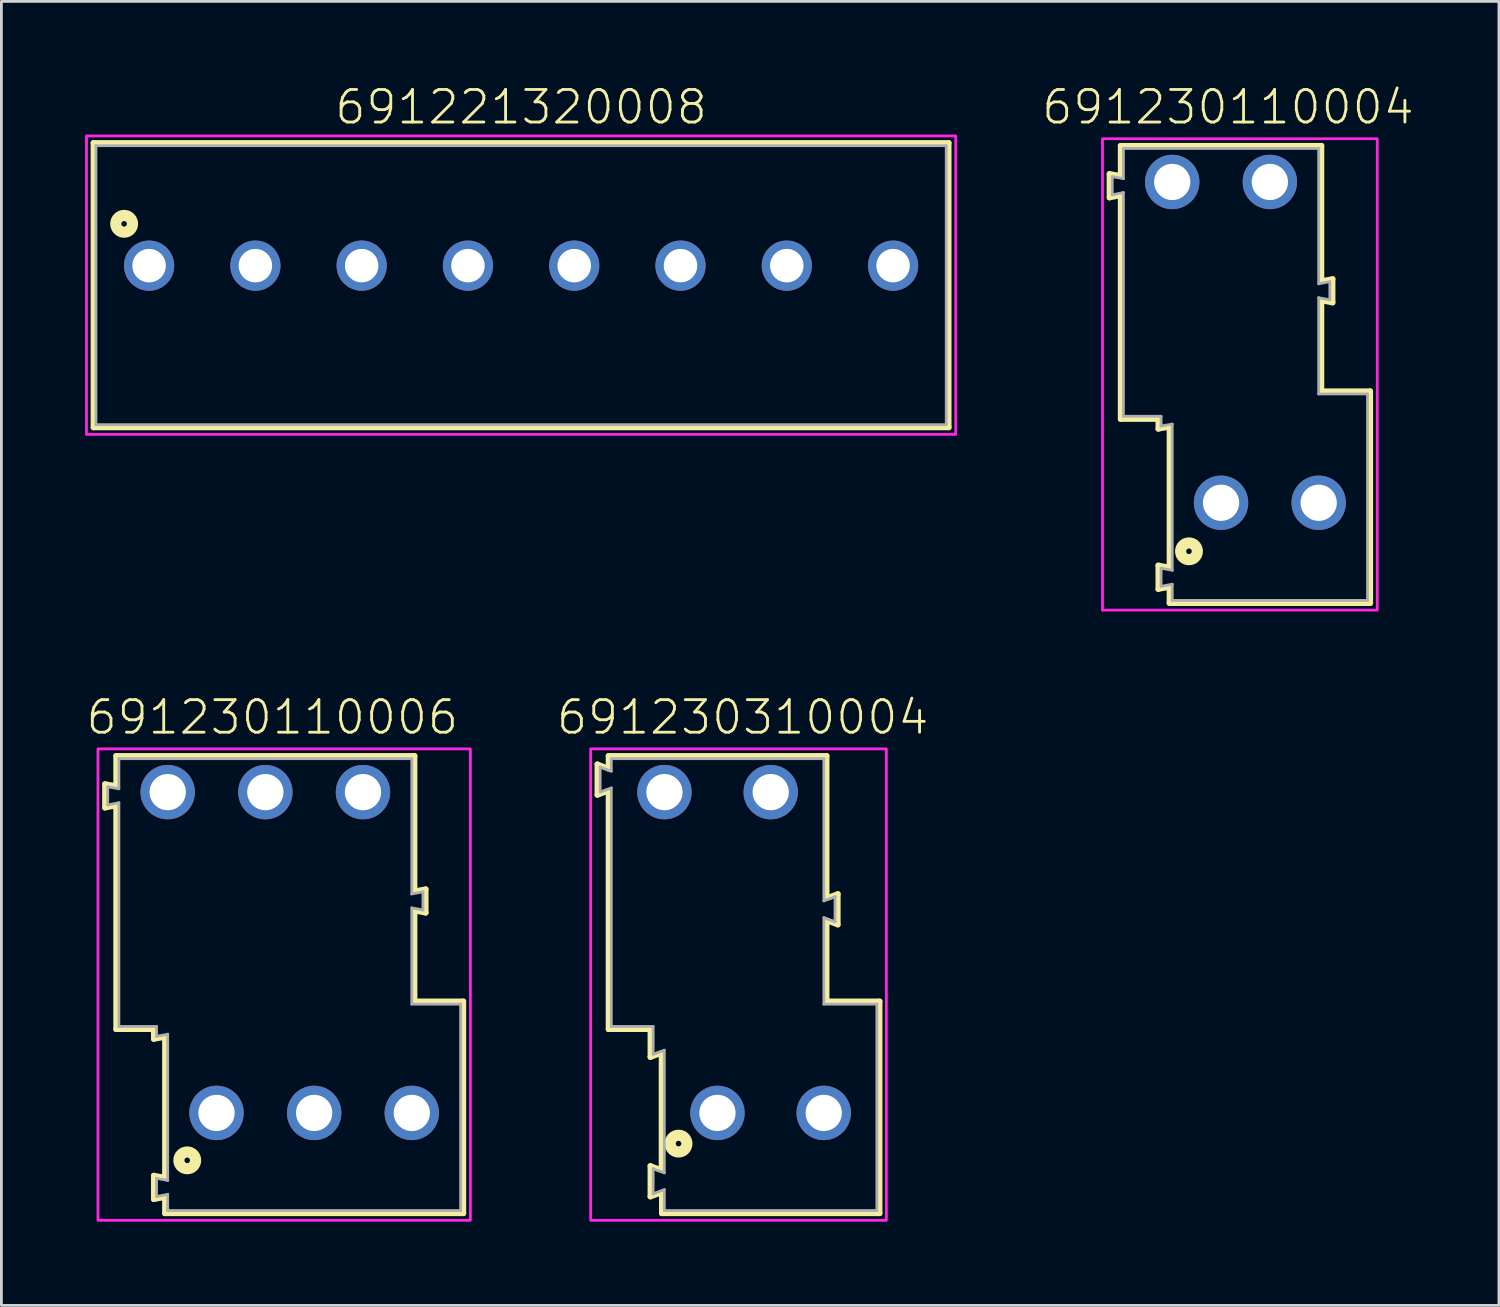
<source format=kicad_pcb>
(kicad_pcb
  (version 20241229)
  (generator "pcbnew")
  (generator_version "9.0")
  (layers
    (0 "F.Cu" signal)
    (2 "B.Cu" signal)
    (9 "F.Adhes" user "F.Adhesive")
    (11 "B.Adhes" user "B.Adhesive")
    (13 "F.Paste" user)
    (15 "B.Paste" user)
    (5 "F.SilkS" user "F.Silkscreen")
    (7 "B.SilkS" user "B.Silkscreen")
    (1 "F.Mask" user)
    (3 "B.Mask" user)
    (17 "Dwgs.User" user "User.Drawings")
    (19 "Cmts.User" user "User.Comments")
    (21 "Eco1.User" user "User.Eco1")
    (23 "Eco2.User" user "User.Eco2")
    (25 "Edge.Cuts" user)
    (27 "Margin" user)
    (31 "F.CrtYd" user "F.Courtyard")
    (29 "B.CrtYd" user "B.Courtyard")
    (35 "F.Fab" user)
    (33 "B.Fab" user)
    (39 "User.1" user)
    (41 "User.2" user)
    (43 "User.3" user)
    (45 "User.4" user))
  (footprint "691221320008"
    (layer "F.Cu")
    (at 15.63 6.473)
    (property "Reference" "691221320008" (at 0 -5 0) (unlocked yes) (layer "F.SilkS") (effects (font (size 1.168 1.168) (thickness 0.102)) (justify bottom)))
    (fp_line (start -15.33 -4.4) (end 15.33 -4.4) (stroke (width 0.2) (type solid)) (layer "F.SilkS"))
    (fp_line (start -15.33 5.8) (end -15.33 -4.4) (stroke (width 0.2) (type solid)) (layer "F.SilkS"))
    (fp_line (start 15.33 -4.4) (end 15.33 5.8) (stroke (width 0.2) (type solid)) (layer "F.SilkS"))
    (fp_line (start 15.33 5.8) (end -15.33 5.8) (stroke (width 0.2) (type solid)) (layer "F.SilkS"))
    (fp_circle (center -14.23 -1.5) (end -14.13 -1.5) (stroke (width 0.4) (type solid)) (fill no) (layer "F.SilkS"))
    (fp_poly (pts (xy 15.58 6.05) (xy -15.58 6.05) (xy -15.58 -4.65) (xy 15.58 -4.65)) (stroke (width 0.1) (type default)) (fill no) (layer "F.CrtYd"))
    (fp_line (start -15.24 -4.3) (end -15.24 5.7) (stroke (width 0.1) (type solid)) (layer "F.Fab"))
    (fp_line (start -15.24 5.7) (end 15.24 5.7) (stroke (width 0.1) (type solid)) (layer "F.Fab"))
    (fp_line (start 15.24 -4.3) (end -15.24 -4.3) (stroke (width 0.1) (type solid)) (layer "F.Fab"))
    (fp_line (start 15.24 5.7) (end 15.24 -4.3) (stroke (width 0.1) (type solid)) (layer "F.Fab"))
    (pad "1" thru_hole circle (at -13.335 0) (size 1.8 1.8) (drill 1.2) (layers "*.Cu" "*.Mask"))
    (pad "2" thru_hole circle (at -9.525 0) (size 1.8 1.8) (drill 1.2) (layers "*.Cu" "*.Mask"))
    (pad "3" thru_hole circle (at -5.715 0) (size 1.8 1.8) (drill 1.2) (layers "*.Cu" "*.Mask"))
    (pad "4" thru_hole circle (at -1.905 0) (size 1.8 1.8) (drill 1.2) (layers "*.Cu" "*.Mask"))
    (pad "5" thru_hole circle (at 1.905 0) (size 1.8 1.8) (drill 1.2) (layers "*.Cu" "*.Mask"))
    (pad "6" thru_hole circle (at 5.715 0) (size 1.8 1.8) (drill 1.2) (layers "*.Cu" "*.Mask"))
    (pad "7" thru_hole circle (at 9.525 0) (size 1.8 1.8) (drill 1.2) (layers "*.Cu" "*.Mask"))
    (pad "8" thru_hole circle (at 13.335 0) (size 1.8 1.8) (drill 1.2) (layers "*.Cu" "*.Mask")))
  (footprint "691230310004"
    (layer "F.Cu")
    (at 24.574 36.846)
    (property "Reference" "691230310004" (at -1 -13.5 0) (unlocked yes) (layer "F.SilkS") (effects (font (size 1.168 1.168) (thickness 0.102)) (justify bottom)))
    (fp_line (start -6.21 -12.5) (end -5.81 -12.34) (stroke (width 0.2) (type solid)) (layer "F.SilkS"))
    (fp_line (start -6.21 -11.4) (end -6.21 -12.5) (stroke (width 0.2) (type solid)) (layer "F.SilkS"))
    (fp_line (start -5.81 -12.8) (end 2.01 -12.8) (stroke (width 0.2) (type solid)) (layer "F.SilkS"))
    (fp_line (start -5.81 -12.34) (end -5.81 -12.8) (stroke (width 0.2) (type solid)) (layer "F.SilkS"))
    (fp_line (start -5.81 -11.55) (end -6.21 -11.4) (stroke (width 0.2) (type solid)) (layer "F.SilkS"))
    (fp_line (start -5.81 -3) (end -5.81 -11.55) (stroke (width 0.2) (type solid)) (layer "F.SilkS"))
    (fp_line (start -4.31 -3) (end -5.81 -3) (stroke (width 0.2) (type solid)) (layer "F.SilkS"))
    (fp_line (start -4.31 -2) (end -4.31 -3) (stroke (width 0.2) (type solid)) (layer "F.SilkS"))
    (fp_line (start -4.31 1.9) (end -3.91 2.05) (stroke (width 0.2) (type solid)) (layer "F.SilkS"))
    (fp_line (start -4.31 3) (end -4.31 1.9) (stroke (width 0.2) (type solid)) (layer "F.SilkS"))
    (fp_line (start -3.91 -2.15) (end -4.31 -2) (stroke (width 0.2) (type solid)) (layer "F.SilkS"))
    (fp_line (start -3.91 2.05) (end -3.91 -2.15) (stroke (width 0.2) (type solid)) (layer "F.SilkS"))
    (fp_line (start -3.9 2.85) (end -4.31 3) (stroke (width 0.2) (type solid)) (layer "F.SilkS"))
    (fp_line (start -3.9 3.6) (end -3.9 2.85) (stroke (width 0.2) (type solid)) (layer "F.SilkS"))
    (fp_line (start 2.01 -12.8) (end 2.01 -7.7) (stroke (width 0.2) (type solid)) (layer "F.SilkS"))
    (fp_line (start 2.01 -7.7) (end 2.41 -7.85) (stroke (width 0.2) (type solid)) (layer "F.SilkS"))
    (fp_line (start 2.01 -6.9) (end 2.01 -4) (stroke (width 0.2) (type solid)) (layer "F.SilkS"))
    (fp_line (start 2.01 -4) (end 3.91 -4) (stroke (width 0.2) (type solid)) (layer "F.SilkS"))
    (fp_line (start 2.41 -7.85) (end 2.41 -6.75) (stroke (width 0.2) (type solid)) (layer "F.SilkS"))
    (fp_line (start 2.41 -6.75) (end 2.01 -6.9) (stroke (width 0.2) (type solid)) (layer "F.SilkS"))
    (fp_line (start 3.91 -4) (end 3.91 3.6) (stroke (width 0.2) (type solid)) (layer "F.SilkS"))
    (fp_line (start 3.91 3.6) (end -3.9 3.6) (stroke (width 0.2) (type solid)) (layer "F.SilkS"))
    (fp_circle (center -3.3 1.1) (end -3.2 1.1) (stroke (width 0.4) (type solid)) (fill no) (layer "F.SilkS"))
    (fp_poly (pts (xy 4.15 3.85) (xy -6.45 3.85) (xy -6.45 -13.05) (xy 4.15 -13.05)) (stroke (width 0.1) (type default)) (fill no) (layer "F.CrtYd"))
    (fp_line (start -6.11 -12.4) (end -6.11 -11.5) (stroke (width 0.1) (type solid)) (layer "F.Fab"))
    (fp_line (start -6.11 -12.4) (end -5.71 -12.25) (stroke (width 0.1) (type solid)) (layer "F.Fab"))
    (fp_line (start -6.11 -11.5) (end -5.71 -11.65) (stroke (width 0.1) (type solid)) (layer "F.Fab"))
    (fp_line (start -5.71 -12.7) (end -5.71 -12.25) (stroke (width 0.1) (type solid)) (layer "F.Fab"))
    (fp_line (start -5.71 -11.65) (end -5.71 -3.1) (stroke (width 0.1) (type solid)) (layer "F.Fab"))
    (fp_line (start -5.71 -3.1) (end -4.21 -3.1) (stroke (width 0.1) (type solid)) (layer "F.Fab"))
    (fp_line (start -4.21 -2.1) (end -4.21 -3.1) (stroke (width 0.1) (type solid)) (layer "F.Fab"))
    (fp_line (start -4.21 -2.1) (end -3.81 -2.25) (stroke (width 0.1) (type solid)) (layer "F.Fab"))
    (fp_line (start -4.21 2.9) (end -4.21 2) (stroke (width 0.1) (type solid)) (layer "F.Fab"))
    (fp_line (start -4.21 2.9) (end -3.81 2.75) (stroke (width 0.1) (type solid)) (layer "F.Fab"))
    (fp_line (start -3.81 -2.25) (end -3.81 2.15) (stroke (width 0.1) (type solid)) (layer "F.Fab"))
    (fp_line (start -3.81 2.15) (end -4.21 2) (stroke (width 0.1) (type solid)) (layer "F.Fab"))
    (fp_line (start -3.81 2.75) (end -3.81 3.5) (stroke (width 0.1) (type solid)) (layer "F.Fab"))
    (fp_line (start -3.81 3.5) (end 3.81 3.5) (stroke (width 0.1) (type solid)) (layer "F.Fab"))
    (fp_line (start 1.91 -12.7) (end -5.71 -12.7) (stroke (width 0.1) (type solid)) (layer "F.Fab"))
    (fp_line (start 1.91 -12.7) (end 1.91 -7.6) (stroke (width 0.1) (type solid)) (layer "F.Fab"))
    (fp_line (start 1.91 -7.6) (end 2.31 -7.75) (stroke (width 0.1) (type solid)) (layer "F.Fab"))
    (fp_line (start 1.91 -7) (end 1.91 -3.9) (stroke (width 0.1) (type solid)) (layer "F.Fab"))
    (fp_line (start 1.91 -7) (end 2.31 -6.85) (stroke (width 0.1) (type solid)) (layer "F.Fab"))
    (fp_line (start 1.91 -3.9) (end 3.81 -3.9) (stroke (width 0.1) (type solid)) (layer "F.Fab"))
    (fp_line (start 2.31 -6.85) (end 2.31 -7.75) (stroke (width 0.1) (type solid)) (layer "F.Fab"))
    (fp_line (start 3.81 3.5) (end 3.81 -3.9) (stroke (width 0.1) (type solid)) (layer "F.Fab"))
    (pad "1" thru_hole circle (at -1.905 0) (size 1.95 1.95) (drill 1.3) (layers "*.Cu" "*.Mask"))
    (pad "2" thru_hole circle (at 1.905 0) (size 1.95 1.95) (drill 1.3) (layers "*.Cu" "*.Mask"))
    (pad "3" thru_hole circle (at -3.805 -11.5) (size 1.95 1.95) (drill 1.3) (layers "*.Cu" "*.Mask"))
    (pad "4" thru_hole circle (at 0.005 -11.5) (size 1.95 1.95) (drill 1.3) (layers "*.Cu" "*.Mask")))
  (footprint "691230110004"
    (layer "F.Cu")
    (at 42.472 14.973)
    (property "Reference" "691230110004" (at -1.5 -13.5 0) (unlocked yes) (layer "F.SilkS") (effects (font (size 1.168 1.168) (thickness 0.102)) (justify bottom)))
    (fp_line (start -5.75 -11.79) (end -5.35 -11.72) (stroke (width 0.2) (type solid)) (layer "F.SilkS"))
    (fp_line (start -5.75 -10.94) (end -5.75 -11.79) (stroke (width 0.2) (type solid)) (layer "F.SilkS"))
    (fp_line (start -5.35 -12.8) (end 1.85 -12.8) (stroke (width 0.2) (type solid)) (layer "F.SilkS"))
    (fp_line (start -5.35 -11.72) (end -5.35 -12.8) (stroke (width 0.2) (type solid)) (layer "F.SilkS"))
    (fp_line (start -5.35 -11.02) (end -5.75 -10.94) (stroke (width 0.2) (type solid)) (layer "F.SilkS"))
    (fp_line (start -5.35 -3) (end -5.35 -11.02) (stroke (width 0.2) (type solid)) (layer "F.SilkS"))
    (fp_line (start -4 -3) (end -5.35 -3) (stroke (width 0.2) (type solid)) (layer "F.SilkS"))
    (fp_line (start -4 -2.65) (end -4 -3) (stroke (width 0.2) (type solid)) (layer "F.SilkS"))
    (fp_line (start -4 2.245) (end -3.6 2.32) (stroke (width 0.2) (type solid)) (layer "F.SilkS"))
    (fp_line (start -4 3.095) (end -4 2.245) (stroke (width 0.2) (type solid)) (layer "F.SilkS"))
    (fp_line (start -3.6 -2.72) (end -4 -2.65) (stroke (width 0.2) (type solid)) (layer "F.SilkS"))
    (fp_line (start -3.6 2.32) (end -3.6 -2.72) (stroke (width 0.2) (type solid)) (layer "F.SilkS"))
    (fp_line (start -3.6 3.02) (end -4 3.095) (stroke (width 0.2) (type solid)) (layer "F.SilkS"))
    (fp_line (start -3.6 3.6) (end -3.6 3.02) (stroke (width 0.2) (type solid)) (layer "F.SilkS"))
    (fp_line (start 1.85 -12.8) (end 1.85 -7.95) (stroke (width 0.2) (type solid)) (layer "F.SilkS"))
    (fp_line (start 1.85 -7.95) (end 2.25 -8.02) (stroke (width 0.2) (type solid)) (layer "F.SilkS"))
    (fp_line (start 1.85 -7.25) (end 1.85 -4) (stroke (width 0.2) (type solid)) (layer "F.SilkS"))
    (fp_line (start 1.85 -4) (end 3.6 -4) (stroke (width 0.2) (type solid)) (layer "F.SilkS"))
    (fp_line (start 2.25 -8.02) (end 2.25 -7.175) (stroke (width 0.2) (type solid)) (layer "F.SilkS"))
    (fp_line (start 2.25 -7.175) (end 1.85 -7.25) (stroke (width 0.2) (type solid)) (layer "F.SilkS"))
    (fp_line (start 3.6 -4) (end 3.6 3.6) (stroke (width 0.2) (type solid)) (layer "F.SilkS"))
    (fp_line (start 3.6 3.6) (end -3.6 3.6) (stroke (width 0.2) (type solid)) (layer "F.SilkS"))
    (fp_circle (center -2.9 1.74) (end -2.8 1.74) (stroke (width 0.4) (type solid)) (fill no) (layer "F.SilkS"))
    (fp_poly (pts (xy 3.85 3.85) (xy -6 3.85) (xy -6 -13.05) (xy 3.85 -13.05)) (stroke (width 0.1) (type default)) (fill no) (layer "F.CrtYd"))
    (fp_line (start -5.65 -11.69) (end -5.65 -11.04) (stroke (width 0.1) (type solid)) (layer "F.Fab"))
    (fp_line (start -5.65 -11.69) (end -5.25 -11.62) (stroke (width 0.1) (type solid)) (layer "F.Fab"))
    (fp_line (start -5.65 -11.04) (end -5.25 -11.12) (stroke (width 0.1) (type solid)) (layer "F.Fab"))
    (fp_line (start -5.25 -12.7) (end -5.25 -11.62) (stroke (width 0.1) (type solid)) (layer "F.Fab"))
    (fp_line (start -5.25 -11.12) (end -5.25 -3.1) (stroke (width 0.1) (type solid)) (layer "F.Fab"))
    (fp_line (start -5.25 -3.1) (end -3.9 -3.1) (stroke (width 0.1) (type solid)) (layer "F.Fab"))
    (fp_line (start -3.9 -3.1) (end -3.9 -2.75) (stroke (width 0.1) (type solid)) (layer "F.Fab"))
    (fp_line (start -3.9 -2.75) (end -3.5 -2.82) (stroke (width 0.1) (type solid)) (layer "F.Fab"))
    (fp_line (start -3.9 2.345) (end -3.9 2.995) (stroke (width 0.1) (type solid)) (layer "F.Fab"))
    (fp_line (start -3.9 2.345) (end -3.5 2.42) (stroke (width 0.1) (type solid)) (layer "F.Fab"))
    (fp_line (start -3.9 2.995) (end -3.5 2.92) (stroke (width 0.1) (type solid)) (layer "F.Fab"))
    (fp_line (start -3.5 -2.82) (end -3.5 2.42) (stroke (width 0.1) (type solid)) (layer "F.Fab"))
    (fp_line (start -3.5 2.92) (end -3.5 3.5) (stroke (width 0.1) (type solid)) (layer "F.Fab"))
    (fp_line (start -3.5 3.5) (end 3.5 3.5) (stroke (width 0.1) (type solid)) (layer "F.Fab"))
    (fp_line (start 1.75 -12.7) (end -5.25 -12.7) (stroke (width 0.1) (type solid)) (layer "F.Fab"))
    (fp_line (start 1.75 -12.7) (end 1.75 -7.85) (stroke (width 0.1) (type solid)) (layer "F.Fab"))
    (fp_line (start 1.75 -7.85) (end 2.15 -7.925) (stroke (width 0.1) (type solid)) (layer "F.Fab"))
    (fp_line (start 1.75 -7.35) (end 1.75 -3.9) (stroke (width 0.1) (type solid)) (layer "F.Fab"))
    (fp_line (start 1.75 -7.35) (end 2.15 -7.275) (stroke (width 0.1) (type solid)) (layer "F.Fab"))
    (fp_line (start 2.15 -7.925) (end 2.15 -7.275) (stroke (width 0.1) (type solid)) (layer "F.Fab"))
    (fp_line (start 3.5 -3.9) (end 1.75 -3.9) (stroke (width 0.1) (type solid)) (layer "F.Fab"))
    (fp_line (start 3.5 -3.9) (end 3.5 3.5) (stroke (width 0.1) (type solid)) (layer "F.Fab"))
    (pad "1" thru_hole circle (at -1.75 0) (size 1.95 1.95) (drill 1.3) (layers "*.Cu" "*.Mask"))
    (pad "2" thru_hole circle (at 1.75 0) (size 1.95 1.95) (drill 1.3) (layers "*.Cu" "*.Mask"))
    (pad "3" thru_hole circle (at -3.5 -11.5) (size 1.95 1.95) (drill 1.3) (layers "*.Cu" "*.Mask"))
    (pad "4" thru_hole circle (at 0 -11.5) (size 1.95 1.95) (drill 1.3) (layers "*.Cu" "*.Mask")))
  (footprint "691230110006"
    (layer "F.Cu")
    (at 8.212 36.846)
    (property "Reference" "691230110006" (at -1.5 -13.5 0) (unlocked yes) (layer "F.SilkS") (effects (font (size 1.168 1.168) (thickness 0.102)) (justify bottom)))
    (fp_line (start -7.5 -11.79) (end -7.1 -11.72) (stroke (width 0.2) (type solid)) (layer "F.SilkS"))
    (fp_line (start -7.5 -10.94) (end -7.5 -11.79) (stroke (width 0.2) (type solid)) (layer "F.SilkS"))
    (fp_line (start -7.1 -12.8) (end 3.6 -12.8) (stroke (width 0.2) (type solid)) (layer "F.SilkS"))
    (fp_line (start -7.1 -11.72) (end -7.1 -12.8) (stroke (width 0.2) (type solid)) (layer "F.SilkS"))
    (fp_line (start -7.1 -11.02) (end -7.5 -10.94) (stroke (width 0.2) (type solid)) (layer "F.SilkS"))
    (fp_line (start -7.1 -3) (end -7.1 -11.02) (stroke (width 0.2) (type solid)) (layer "F.SilkS"))
    (fp_line (start -5.75 -3) (end -7.1 -3) (stroke (width 0.2) (type solid)) (layer "F.SilkS"))
    (fp_line (start -5.75 -2.65) (end -5.75 -3) (stroke (width 0.2) (type solid)) (layer "F.SilkS"))
    (fp_line (start -5.75 2.245) (end -5.35 2.32) (stroke (width 0.2) (type solid)) (layer "F.SilkS"))
    (fp_line (start -5.75 3.095) (end -5.75 2.245) (stroke (width 0.2) (type solid)) (layer "F.SilkS"))
    (fp_line (start -5.35 -2.72) (end -5.75 -2.65) (stroke (width 0.2) (type solid)) (layer "F.SilkS"))
    (fp_line (start -5.35 2.32) (end -5.35 -2.72) (stroke (width 0.2) (type solid)) (layer "F.SilkS"))
    (fp_line (start -5.35 3.02) (end -5.75 3.095) (stroke (width 0.2) (type solid)) (layer "F.SilkS"))
    (fp_line (start -5.35 3.6) (end -5.35 3.02) (stroke (width 0.2) (type solid)) (layer "F.SilkS"))
    (fp_line (start 3.6 -12.8) (end 3.6 -7.95) (stroke (width 0.2) (type solid)) (layer "F.SilkS"))
    (fp_line (start 3.6 -7.95) (end 4 -8.02) (stroke (width 0.2) (type solid)) (layer "F.SilkS"))
    (fp_line (start 3.6 -7.25) (end 3.6 -4) (stroke (width 0.2) (type solid)) (layer "F.SilkS"))
    (fp_line (start 3.6 -4) (end 5.35 -4) (stroke (width 0.2) (type solid)) (layer "F.SilkS"))
    (fp_line (start 4 -8.02) (end 4 -7.175) (stroke (width 0.2) (type solid)) (layer "F.SilkS"))
    (fp_line (start 4 -7.175) (end 3.6 -7.25) (stroke (width 0.2) (type solid)) (layer "F.SilkS"))
    (fp_line (start 5.35 -4) (end 5.35 3.6) (stroke (width 0.2) (type solid)) (layer "F.SilkS"))
    (fp_line (start 5.35 3.6) (end -5.35 3.6) (stroke (width 0.2) (type solid)) (layer "F.SilkS"))
    (fp_circle (center -4.55 1.7) (end -4.45 1.7) (stroke (width 0.4) (type solid)) (fill no) (layer "F.SilkS"))
    (fp_poly (pts (xy 5.6 3.85) (xy -7.75 3.85) (xy -7.75 -13.05) (xy 5.6 -13.05)) (stroke (width 0.1) (type default)) (fill no) (layer "F.CrtYd"))
    (fp_line (start -7.4 -11.69) (end -7.4 -11.04) (stroke (width 0.1) (type solid)) (layer "F.Fab"))
    (fp_line (start -7.4 -11.69) (end -7 -11.62) (stroke (width 0.1) (type solid)) (layer "F.Fab"))
    (fp_line (start -7.4 -11.04) (end -7 -11.12) (stroke (width 0.1) (type solid)) (layer "F.Fab"))
    (fp_line (start -7 -12.7) (end -7 -11.62) (stroke (width 0.1) (type solid)) (layer "F.Fab"))
    (fp_line (start -7 -11.12) (end -7 -3.1) (stroke (width 0.1) (type solid)) (layer "F.Fab"))
    (fp_line (start -7 -3.1) (end -5.65 -3.1) (stroke (width 0.1) (type solid)) (layer "F.Fab"))
    (fp_line (start -5.65 -3.1) (end -5.65 -2.75) (stroke (width 0.1) (type solid)) (layer "F.Fab"))
    (fp_line (start -5.65 -2.75) (end -5.25 -2.82) (stroke (width 0.1) (type solid)) (layer "F.Fab"))
    (fp_line (start -5.65 2.345) (end -5.65 2.995) (stroke (width 0.1) (type solid)) (layer "F.Fab"))
    (fp_line (start -5.65 2.345) (end -5.25 2.42) (stroke (width 0.1) (type solid)) (layer "F.Fab"))
    (fp_line (start -5.65 2.995) (end -5.25 2.92) (stroke (width 0.1) (type solid)) (layer "F.Fab"))
    (fp_line (start -5.25 -2.82) (end -5.25 2.42) (stroke (width 0.1) (type solid)) (layer "F.Fab"))
    (fp_line (start -5.25 2.92) (end -5.25 3.5) (stroke (width 0.1) (type solid)) (layer "F.Fab"))
    (fp_line (start -5.25 3.5) (end 5.25 3.5) (stroke (width 0.1) (type solid)) (layer "F.Fab"))
    (fp_line (start 3.5 -12.7) (end -7 -12.7) (stroke (width 0.1) (type solid)) (layer "F.Fab"))
    (fp_line (start 3.5 -12.7) (end 3.5 -7.85) (stroke (width 0.1) (type solid)) (layer "F.Fab"))
    (fp_line (start 3.5 -7.85) (end 3.9 -7.925) (stroke (width 0.1) (type solid)) (layer "F.Fab"))
    (fp_line (start 3.5 -7.35) (end 3.5 -3.9) (stroke (width 0.1) (type solid)) (layer "F.Fab"))
    (fp_line (start 3.5 -7.35) (end 3.9 -7.275) (stroke (width 0.1) (type solid)) (layer "F.Fab"))
    (fp_line (start 3.9 -7.925) (end 3.9 -7.275) (stroke (width 0.1) (type solid)) (layer "F.Fab"))
    (fp_line (start 5.25 -3.9) (end 3.5 -3.9) (stroke (width 0.1) (type solid)) (layer "F.Fab"))
    (fp_line (start 5.25 -3.9) (end 5.25 3.5) (stroke (width 0.1) (type solid)) (layer "F.Fab"))
    (pad "1" thru_hole circle (at -3.5 0) (size 1.95 1.95) (drill 1.3) (layers "*.Cu" "*.Mask"))
    (pad "2" thru_hole circle (at 0 0) (size 1.95 1.95) (drill 1.3) (layers "*.Cu" "*.Mask"))
    (pad "3" thru_hole circle (at 3.5 0) (size 1.95 1.95) (drill 1.3) (layers "*.Cu" "*.Mask"))
    (pad "4" thru_hole circle (at -5.25 -11.5) (size 1.95 1.95) (drill 1.3) (layers "*.Cu" "*.Mask"))
    (pad "5" thru_hole circle (at -1.75 -11.5) (size 1.95 1.95) (drill 1.3) (layers "*.Cu" "*.Mask"))
    (pad "6" thru_hole circle (at 1.75 -11.5) (size 1.95 1.95) (drill 1.3) (layers "*.Cu" "*.Mask")))
  (gr_rect
    (start -3 -3)
    (end 50.684 43.746)
    (stroke (width 0.1) (type default))
    (fill no)
    (layer "Edge.Cuts")))
</source>
